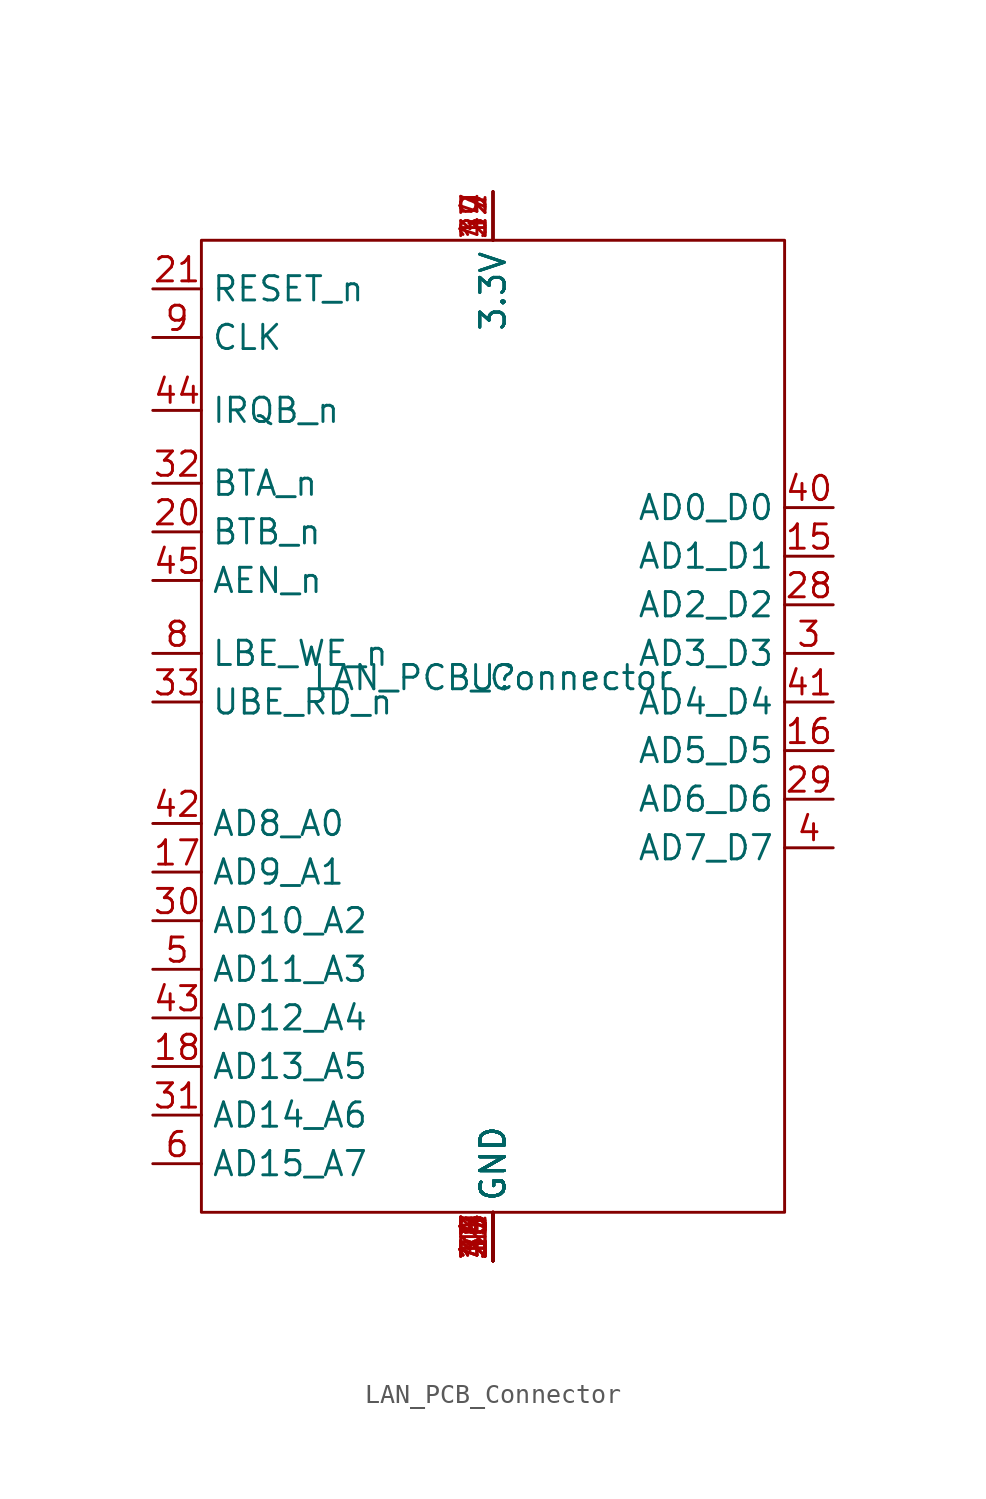
<source format=kicad_sym>
(kicad_symbol_lib
  (version 20211014)
  (generator kicad_symbol_editor)
  (symbol "LAN_PCB_Connector"
    (property "Reference" "U"
      (at 0 0 0)
      (effects (font (size 1.27 1.27))))
    (property "Value" "LAN_PCB_Connector"
      (at 0 0 0)
      (effects (font (size 1.27 1.27))))
    (symbol "LAN_PCB_Connector_0_1"
      (rectangle (start -15.24 22.86) (end 15.24 -27.94) (stroke (width 0) (type default) (color 0 0 0 0)) (fill (type none))))
    (symbol "LAN_PCB_Connector_1_1"
      (pin power_in line (at 0 -30.48 90) (length 2.54) (name "GND" (effects (font (size 1.27 1.27)))) (number "1" (effects (font (size 1.27 1.27)))))
      (pin power_in line (at 0 -30.48 90) (length 2.54) (name "GND" (effects (font (size 1.27 1.27)))) (number "11" (effects (font (size 1.27 1.27)))))
      (pin power_in line (at 0 25.4 270) (length 2.54) (name "3.3V" (effects (font (size 1.27 1.27)))) (number "12" (effects (font (size 1.27 1.27)))))
      (pin power_in line (at 0 -30.48 90) (length 2.54) (name "GND" (effects (font (size 1.27 1.27)))) (number "14" (effects (font (size 1.27 1.27)))))
      (pin input line (at 17.78 6.35 180) (length 2.54) (name "AD1_D1" (effects (font (size 1.27 1.27)))) (number "15" (effects (font (size 1.27 1.27)))))
      (pin input line (at 17.78 -3.81 180) (length 2.54) (name "AD5_D5" (effects (font (size 1.27 1.27)))) (number "16" (effects (font (size 1.27 1.27)))))
      (pin input line (at -17.78 -10.16 0) (length 2.54) (name "AD9_A1" (effects (font (size 1.27 1.27)))) (number "17" (effects (font (size 1.27 1.27)))))
      (pin input line (at -17.78 -20.32 0) (length 2.54) (name "AD13_A5" (effects (font (size 1.27 1.27)))) (number "18" (effects (font (size 1.27 1.27)))))
      (pin power_in line (at 0 -30.48 90) (length 2.54) (name "GND" (effects (font (size 1.27 1.27)))) (number "19" (effects (font (size 1.27 1.27)))))
      (pin power_in line (at 0 -30.48 90) (length 2.54) (name "GND" (effects (font (size 1.27 1.27)))) (number "2" (effects (font (size 1.27 1.27)))))
      (pin input line (at -17.78 7.62 0) (length 2.54) (name "BTB_n" (effects (font (size 1.27 1.27)))) (number "20" (effects (font (size 1.27 1.27)))))
      (pin input line (at -17.78 20.32 0) (length 2.54) (name "RESET_n" (effects (font (size 1.27 1.27)))) (number "21" (effects (font (size 1.27 1.27)))))
      (pin power_in line (at 0 -30.48 90) (length 2.54) (name "GND" (effects (font (size 1.27 1.27)))) (number "23" (effects (font (size 1.27 1.27)))))
      (pin power_in line (at 0 25.4 270) (length 2.54) (name "3.3V" (effects (font (size 1.27 1.27)))) (number "24" (effects (font (size 1.27 1.27)))))
      (pin power_in line (at 0 -30.48 90) (length 2.54) (name "GND" (effects (font (size 1.27 1.27)))) (number "26" (effects (font (size 1.27 1.27)))))
      (pin power_in line (at 0 -30.48 90) (length 2.54) (name "GND" (effects (font (size 1.27 1.27)))) (number "27" (effects (font (size 1.27 1.27)))))
      (pin input line (at 17.78 3.81 180) (length 2.54) (name "AD2_D2" (effects (font (size 1.27 1.27)))) (number "28" (effects (font (size 1.27 1.27)))))
      (pin input line (at 17.78 -6.35 180) (length 2.54) (name "AD6_D6" (effects (font (size 1.27 1.27)))) (number "29" (effects (font (size 1.27 1.27)))))
      (pin input line (at 17.78 1.27 180) (length 2.54) (name "AD3_D3" (effects (font (size 1.27 1.27)))) (number "3" (effects (font (size 1.27 1.27)))))
      (pin input line (at -17.78 -12.7 0) (length 2.54) (name "AD10_A2" (effects (font (size 1.27 1.27)))) (number "30" (effects (font (size 1.27 1.27)))))
      (pin input line (at -17.78 -22.86 0) (length 2.54) (name "AD14_A6" (effects (font (size 1.27 1.27)))) (number "31" (effects (font (size 1.27 1.27)))))
      (pin input line (at -17.78 10.16 0) (length 2.54) (name "BTA_n" (effects (font (size 1.27 1.27)))) (number "32" (effects (font (size 1.27 1.27)))))
      (pin input line (at -17.78 -1.27 0) (length 2.54) (name "UBE_RD_n" (effects (font (size 1.27 1.27)))) (number "33" (effects (font (size 1.27 1.27)))))
      (pin power_in line (at 0 -30.48 90) (length 2.54) (name "GND" (effects (font (size 1.27 1.27)))) (number "34" (effects (font (size 1.27 1.27)))))
      (pin power_in line (at 0 -30.48 90) (length 2.54) (name "GND" (effects (font (size 1.27 1.27)))) (number "36" (effects (font (size 1.27 1.27)))))
      (pin power_in line (at 0 25.4 270) (length 2.54) (name "3.3V" (effects (font (size 1.27 1.27)))) (number "37" (effects (font (size 1.27 1.27)))))
      (pin power_in line (at 0 -30.48 90) (length 2.54) (name "GND" (effects (font (size 1.27 1.27)))) (number "39" (effects (font (size 1.27 1.27)))))
      (pin input line (at 17.78 -8.89 180) (length 2.54) (name "AD7_D7" (effects (font (size 1.27 1.27)))) (number "4" (effects (font (size 1.27 1.27)))))
      (pin input line (at 17.78 8.89 180) (length 2.54) (name "AD0_D0" (effects (font (size 1.27 1.27)))) (number "40" (effects (font (size 1.27 1.27)))))
      (pin input line (at 17.78 -1.27 180) (length 2.54) (name "AD4_D4" (effects (font (size 1.27 1.27)))) (number "41" (effects (font (size 1.27 1.27)))))
      (pin input line (at -17.78 -7.62 0) (length 2.54) (name "AD8_A0" (effects (font (size 1.27 1.27)))) (number "42" (effects (font (size 1.27 1.27)))))
      (pin input line (at -17.78 -17.78 0) (length 2.54) (name "AD12_A4" (effects (font (size 1.27 1.27)))) (number "43" (effects (font (size 1.27 1.27)))))
      (pin input line (at -17.78 13.97 0) (length 2.54) (name "IRQB_n" (effects (font (size 1.27 1.27)))) (number "44" (effects (font (size 1.27 1.27)))))
      (pin input line (at -17.78 5.08 0) (length 2.54) (name "AEN_n" (effects (font (size 1.27 1.27)))) (number "45" (effects (font (size 1.27 1.27)))))
      (pin power_in line (at 0 -30.48 90) (length 2.54) (name "GND" (effects (font (size 1.27 1.27)))) (number "46" (effects (font (size 1.27 1.27)))))
      (pin power_in line (at 0 -30.48 90) (length 2.54) (name "GND" (effects (font (size 1.27 1.27)))) (number "47" (effects (font (size 1.27 1.27)))))
      (pin power_in line (at 0 -30.48 90) (length 2.54) (name "GND" (effects (font (size 1.27 1.27)))) (number "48" (effects (font (size 1.27 1.27)))))
      (pin power_in line (at 0 25.4 270) (length 2.54) (name "3.3V" (effects (font (size 1.27 1.27)))) (number "49" (effects (font (size 1.27 1.27)))))
      (pin input line (at -17.78 -15.24 0) (length 2.54) (name "AD11_A3" (effects (font (size 1.27 1.27)))) (number "5" (effects (font (size 1.27 1.27)))))
      (pin input line (at -17.78 -25.4 0) (length 2.54) (name "AD15_A7" (effects (font (size 1.27 1.27)))) (number "6" (effects (font (size 1.27 1.27)))))
      (pin input line (at -17.78 1.27 0) (length 2.54) (name "LBE_WE_n" (effects (font (size 1.27 1.27)))) (number "8" (effects (font (size 1.27 1.27)))))
      (pin input line (at -17.78 17.78 0) (length 2.54) (name "CLK" (effects (font (size 1.27 1.27)))) (number "9" (effects (font (size 1.27 1.27))))))))
</source>
